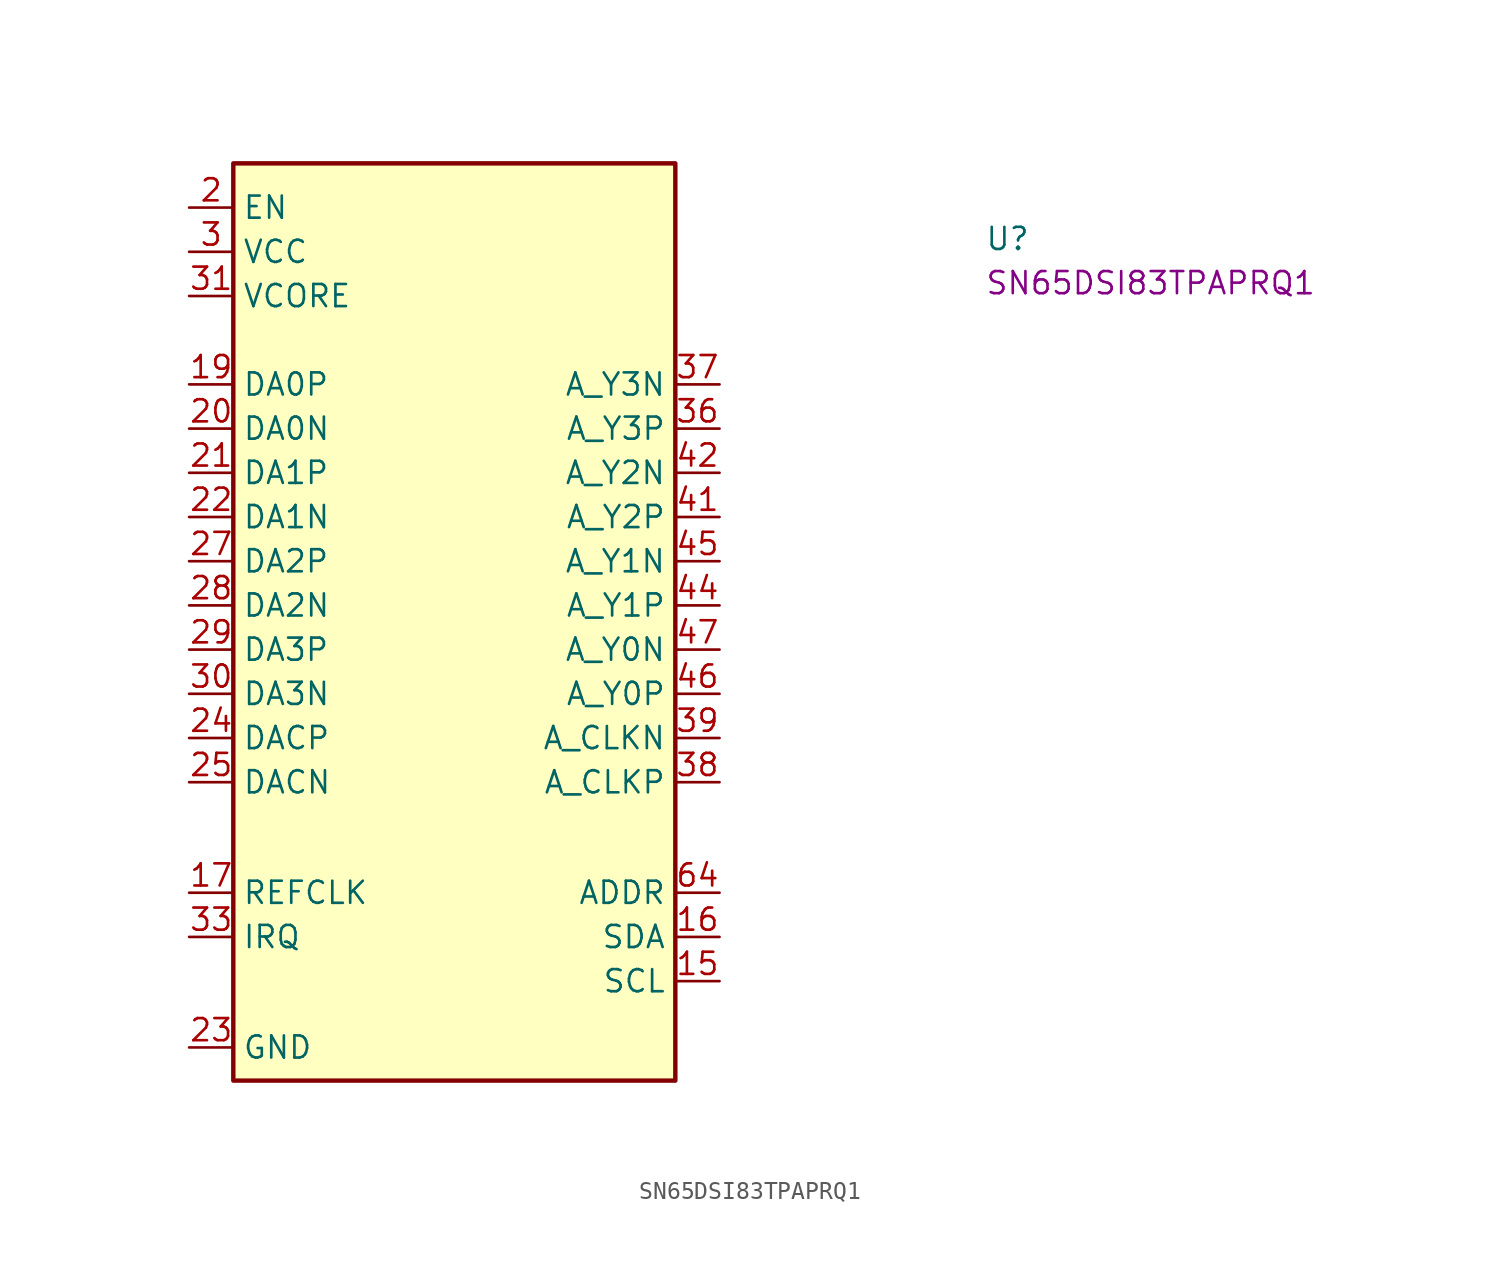
<source format=kicad_sym>
(kicad_symbol_lib
  (version 20220914)
  (generator kicad_symbol_editor)
  (symbol "SN65DSI83TPAPRQ1"
    (property "Reference" "U"
      (at 45.72 -2.54 0)
      (effects (font (size 1.27 1.27) (thickness 0.15)) (justify left bottom)))
    (property "MPN" "SN65DSI83TPAPRQ1"
      (at 45.72 -5.08 0)
      (effects (font (size 1.27 1.27) (thickness 0.15)) (justify left bottom)))
    (symbol "SN65DSI83TPAPRQ1_1_1"
      (rectangle (start 2.54 2.54) (end 27.94 -50.165) (stroke (width 0.254) (type default)) (fill (type background)))
      (pin no_connect line (at 30.48 -3.81 180) (length 2.54) hide (name "RSVD2" (effects (font (size 1.27 1.27)))) (number "1" (effects (font (size 1.27 1.27)))))
      (pin no_connect line (at 30.48 -3.81 180) (length 2.54) hide (name "RSVD_7" (effects (font (size 1.27 1.27)))) (number "10" (effects (font (size 1.27 1.27)))))
      (pin no_connect line (at 30.48 -3.81 180) (length 2.54) hide (name "RSVD_8" (effects (font (size 1.27 1.27)))) (number "11" (effects (font (size 1.27 1.27)))))
      (pin no_connect line (at 30.48 -3.81 180) (length 2.54) hide (name "RSVD_9" (effects (font (size 1.27 1.27)))) (number "12" (effects (font (size 1.27 1.27)))))
      (pin no_connect line (at 30.48 -3.81 180) (length 2.54) hide (name "RSVD_10" (effects (font (size 1.27 1.27)))) (number "13" (effects (font (size 1.27 1.27)))))
      (pin passive line (at 0 -2.54 0) (length 2.54) hide (name "VCC_2" (effects (font (size 1.27 1.27)))) (number "14" (effects (font (size 1.27 1.27)))))
      (pin passive line (at 30.48 -44.45 180) (length 2.54) (name "SCL" (effects (font (size 1.27 1.27)))) (number "15" (effects (font (size 1.27 1.27)))))
      (pin passive line (at 30.48 -41.91 180) (length 2.54) (name "SDA" (effects (font (size 1.27 1.27)))) (number "16" (effects (font (size 1.27 1.27)))))
      (pin passive line (at 0 -39.37 0) (length 2.54) (name "REFCLK" (effects (font (size 1.27 1.27)))) (number "17" (effects (font (size 1.27 1.27)))))
      (pin passive line (at 0 -2.54 0) (length 2.54) hide (name "VCC_3" (effects (font (size 1.27 1.27)))) (number "18" (effects (font (size 1.27 1.27)))))
      (pin passive line (at 0 -10.16 0) (length 2.54) (name "DA0P" (effects (font (size 1.27 1.27)))) (number "19" (effects (font (size 1.27 1.27)))))
      (pin passive line (at 0 0 0) (length 2.54) (name "EN" (effects (font (size 1.27 1.27)))) (number "2" (effects (font (size 1.27 1.27)))))
      (pin passive line (at 0 -12.7 0) (length 2.54) (name "DA0N" (effects (font (size 1.27 1.27)))) (number "20" (effects (font (size 1.27 1.27)))))
      (pin passive line (at 0 -15.24 0) (length 2.54) (name "DA1P" (effects (font (size 1.27 1.27)))) (number "21" (effects (font (size 1.27 1.27)))))
      (pin passive line (at 0 -17.78 0) (length 2.54) (name "DA1N" (effects (font (size 1.27 1.27)))) (number "22" (effects (font (size 1.27 1.27)))))
      (pin passive line (at 0 -48.26 0) (length 2.54) (name "GND" (effects (font (size 1.27 1.27)))) (number "23" (effects (font (size 1.27 1.27)))))
      (pin passive line (at 0 -30.48 0) (length 2.54) (name "DACP" (effects (font (size 1.27 1.27)))) (number "24" (effects (font (size 1.27 1.27)))))
      (pin passive line (at 0 -33.02 0) (length 2.54) (name "DACN" (effects (font (size 1.27 1.27)))) (number "25" (effects (font (size 1.27 1.27)))))
      (pin passive line (at 0 -48.26 0) (length 2.54) hide (name "GND_2" (effects (font (size 1.27 1.27)))) (number "26" (effects (font (size 1.27 1.27)))))
      (pin passive line (at 0 -20.32 0) (length 2.54) (name "DA2P" (effects (font (size 1.27 1.27)))) (number "27" (effects (font (size 1.27 1.27)))))
      (pin passive line (at 0 -22.86 0) (length 2.54) (name "DA2N" (effects (font (size 1.27 1.27)))) (number "28" (effects (font (size 1.27 1.27)))))
      (pin passive line (at 0 -25.4 0) (length 2.54) (name "DA3P" (effects (font (size 1.27 1.27)))) (number "29" (effects (font (size 1.27 1.27)))))
      (pin passive line (at 0 -2.54 0) (length 2.54) (name "VCC" (effects (font (size 1.27 1.27)))) (number "3" (effects (font (size 1.27 1.27)))))
      (pin passive line (at 0 -27.94 0) (length 2.54) (name "DA3N" (effects (font (size 1.27 1.27)))) (number "30" (effects (font (size 1.27 1.27)))))
      (pin passive line (at 0 -5.08 0) (length 2.54) (name "VCORE" (effects (font (size 1.27 1.27)))) (number "31" (effects (font (size 1.27 1.27)))))
      (pin passive line (at 0 -2.54 0) (length 2.54) hide (name "VCC_4" (effects (font (size 1.27 1.27)))) (number "32" (effects (font (size 1.27 1.27)))))
      (pin passive line (at 0 -41.91 0) (length 2.54) (name "IRQ" (effects (font (size 1.27 1.27)))) (number "33" (effects (font (size 1.27 1.27)))))
      (pin no_connect line (at 30.48 -3.81 180) (length 2.54) hide (name "RSVD1" (effects (font (size 1.27 1.27)))) (number "34" (effects (font (size 1.27 1.27)))))
      (pin passive line (at 0 -2.54 0) (length 2.54) hide (name "VCC_5" (effects (font (size 1.27 1.27)))) (number "35" (effects (font (size 1.27 1.27)))))
      (pin passive line (at 30.48 -12.7 180) (length 2.54) (name "A_Y3P" (effects (font (size 1.27 1.27)))) (number "36" (effects (font (size 1.27 1.27)))))
      (pin passive line (at 30.48 -10.16 180) (length 2.54) (name "A_Y3N" (effects (font (size 1.27 1.27)))) (number "37" (effects (font (size 1.27 1.27)))))
      (pin passive line (at 30.48 -33.02 180) (length 2.54) (name "A_CLKP" (effects (font (size 1.27 1.27)))) (number "38" (effects (font (size 1.27 1.27)))))
      (pin passive line (at 30.48 -30.48 180) (length 2.54) (name "A_CLKN" (effects (font (size 1.27 1.27)))) (number "39" (effects (font (size 1.27 1.27)))))
      (pin no_connect line (at 30.48 -3.81 180) (length 2.54) hide (name "RSVD_1" (effects (font (size 1.27 1.27)))) (number "4" (effects (font (size 1.27 1.27)))))
      (pin passive line (at 0 -2.54 0) (length 2.54) hide (name "VCC_6" (effects (font (size 1.27 1.27)))) (number "40" (effects (font (size 1.27 1.27)))))
      (pin passive line (at 30.48 -17.78 180) (length 2.54) (name "A_Y2P" (effects (font (size 1.27 1.27)))) (number "41" (effects (font (size 1.27 1.27)))))
      (pin passive line (at 30.48 -15.24 180) (length 2.54) (name "A_Y2N" (effects (font (size 1.27 1.27)))) (number "42" (effects (font (size 1.27 1.27)))))
      (pin passive line (at 0 -2.54 0) (length 2.54) hide (name "VCC_7" (effects (font (size 1.27 1.27)))) (number "43" (effects (font (size 1.27 1.27)))))
      (pin passive line (at 30.48 -22.86 180) (length 2.54) (name "A_Y1P" (effects (font (size 1.27 1.27)))) (number "44" (effects (font (size 1.27 1.27)))))
      (pin passive line (at 30.48 -20.32 180) (length 2.54) (name "A_Y1N" (effects (font (size 1.27 1.27)))) (number "45" (effects (font (size 1.27 1.27)))))
      (pin passive line (at 30.48 -27.94 180) (length 2.54) (name "A_Y0P" (effects (font (size 1.27 1.27)))) (number "46" (effects (font (size 1.27 1.27)))))
      (pin passive line (at 30.48 -25.4 180) (length 2.54) (name "A_Y0N" (effects (font (size 1.27 1.27)))) (number "47" (effects (font (size 1.27 1.27)))))
      (pin passive line (at 0 -2.54 0) (length 2.54) hide (name "VCC_8" (effects (font (size 1.27 1.27)))) (number "48" (effects (font (size 1.27 1.27)))))
      (pin passive line (at 0 -2.54 0) (length 2.54) hide (name "VCC_9" (effects (font (size 1.27 1.27)))) (number "49" (effects (font (size 1.27 1.27)))))
      (pin no_connect line (at 30.48 -3.81 180) (length 2.54) hide (name "RSVD_2" (effects (font (size 1.27 1.27)))) (number "5" (effects (font (size 1.27 1.27)))))
      (pin no_connect line (at 30.48 -3.81 180) (length 2.54) hide (name "RSVD_11" (effects (font (size 1.27 1.27)))) (number "50" (effects (font (size 1.27 1.27)))))
      (pin no_connect line (at 30.48 -3.81 180) (length 2.54) hide (name "RSVD_12" (effects (font (size 1.27 1.27)))) (number "51" (effects (font (size 1.27 1.27)))))
      (pin passive line (at 0 -48.26 0) (length 2.54) hide (name "GND_3" (effects (font (size 1.27 1.27)))) (number "52" (effects (font (size 1.27 1.27)))))
      (pin no_connect line (at 30.48 -3.81 180) (length 2.54) hide (name "RSVD_13" (effects (font (size 1.27 1.27)))) (number "53" (effects (font (size 1.27 1.27)))))
      (pin no_connect line (at 30.48 -3.81 180) (length 2.54) hide (name "RSVD_14" (effects (font (size 1.27 1.27)))) (number "54" (effects (font (size 1.27 1.27)))))
      (pin passive line (at 0 -2.54 0) (length 2.54) hide (name "VCC_10" (effects (font (size 1.27 1.27)))) (number "55" (effects (font (size 1.27 1.27)))))
      (pin no_connect line (at 30.48 -3.81 180) (length 2.54) hide (name "RSVD_15" (effects (font (size 1.27 1.27)))) (number "56" (effects (font (size 1.27 1.27)))))
      (pin no_connect line (at 30.48 -3.81 180) (length 2.54) hide (name "RSVD_16" (effects (font (size 1.27 1.27)))) (number "57" (effects (font (size 1.27 1.27)))))
      (pin passive line (at 0 -2.54 0) (length 2.54) hide (name "VCC_11" (effects (font (size 1.27 1.27)))) (number "58" (effects (font (size 1.27 1.27)))))
      (pin no_connect line (at 30.48 -3.81 180) (length 2.54) hide (name "RSVD_17" (effects (font (size 1.27 1.27)))) (number "59" (effects (font (size 1.27 1.27)))))
      (pin no_connect line (at 30.48 -3.81 180) (length 2.54) hide (name "RSVD_3" (effects (font (size 1.27 1.27)))) (number "6" (effects (font (size 1.27 1.27)))))
      (pin no_connect line (at 30.48 -3.81 180) (length 2.54) hide (name "RSVD_18" (effects (font (size 1.27 1.27)))) (number "60" (effects (font (size 1.27 1.27)))))
      (pin no_connect line (at 30.48 -3.81 180) (length 2.54) hide (name "RSVD_19" (effects (font (size 1.27 1.27)))) (number "61" (effects (font (size 1.27 1.27)))))
      (pin no_connect line (at 30.48 -3.81 180) (length 2.54) hide (name "RSVD_20" (effects (font (size 1.27 1.27)))) (number "62" (effects (font (size 1.27 1.27)))))
      (pin passive line (at 0 -2.54 0) (length 2.54) hide (name "VCC_12" (effects (font (size 1.27 1.27)))) (number "63" (effects (font (size 1.27 1.27)))))
      (pin passive line (at 30.48 -39.37 180) (length 2.54) (name "ADDR" (effects (font (size 1.27 1.27)))) (number "64" (effects (font (size 1.27 1.27)))))
      (pin passive line (at 0 -48.26 0) (length 2.54) hide (name "GND_4" (effects (font (size 1.27 1.27)))) (number "65" (effects (font (size 1.27 1.27)))))
      (pin no_connect line (at 30.48 -3.81 180) (length 2.54) hide (name "RSVD_4" (effects (font (size 1.27 1.27)))) (number "7" (effects (font (size 1.27 1.27)))))
      (pin no_connect line (at 30.48 -3.81 180) (length 2.54) hide (name "RSVD_5" (effects (font (size 1.27 1.27)))) (number "8" (effects (font (size 1.27 1.27)))))
      (pin no_connect line (at 30.48 -3.81 180) (length 2.54) hide (name "RSVD_6" (effects (font (size 1.27 1.27)))) (number "9" (effects (font (size 1.27 1.27))))))))
</source>
